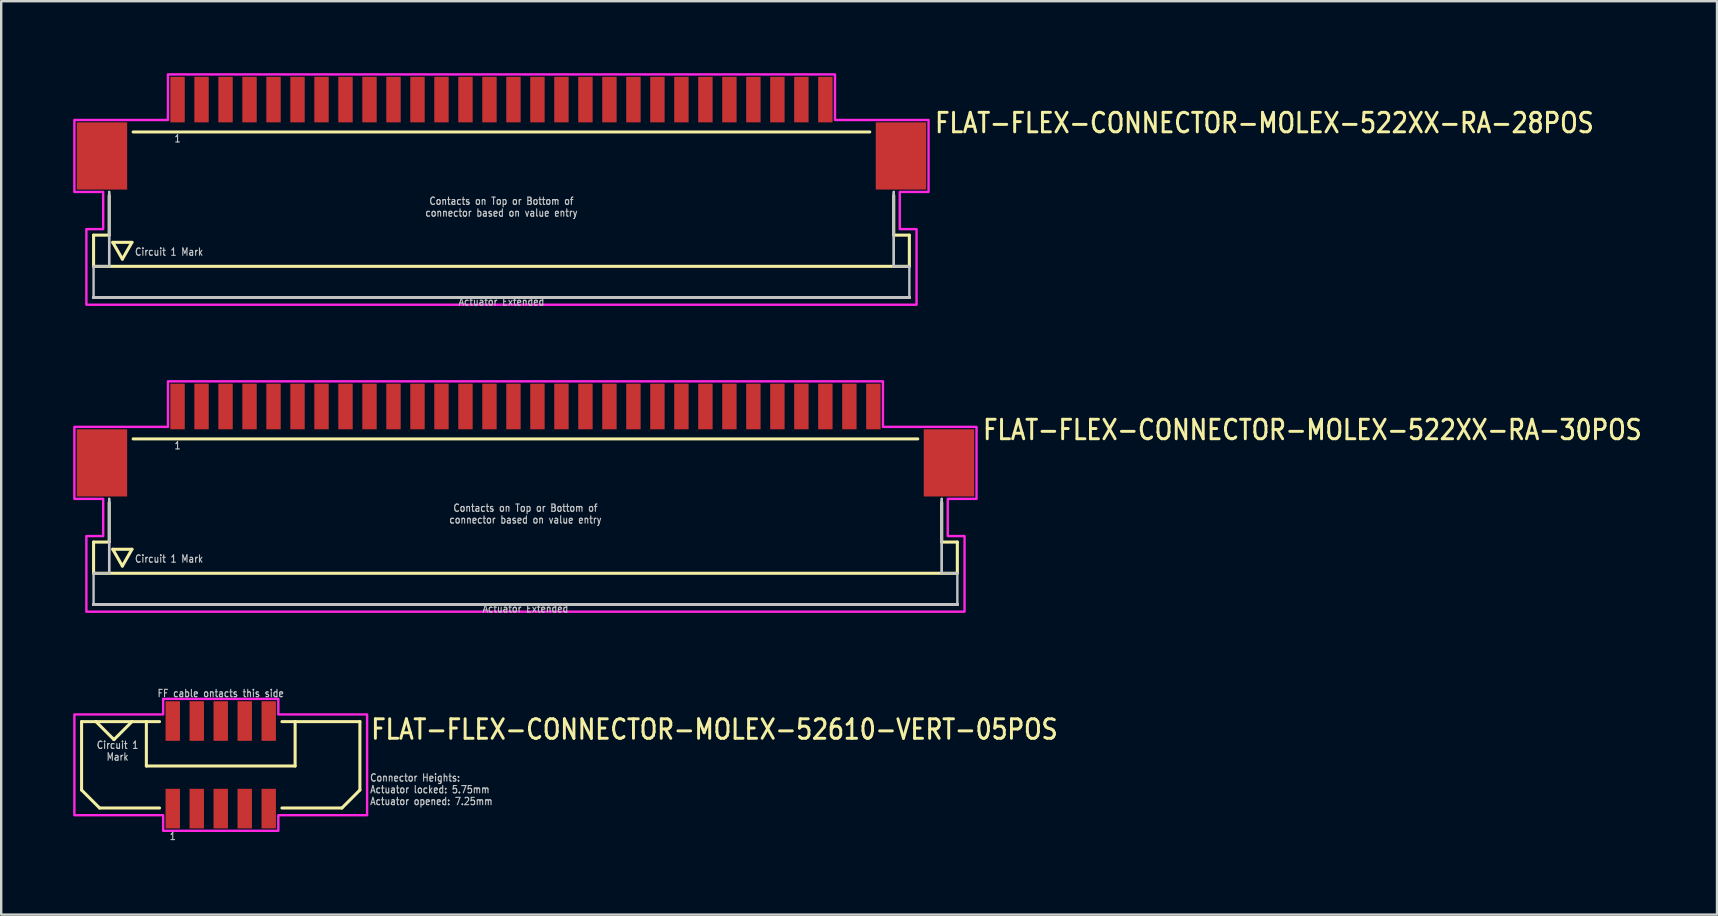
<source format=kicad_pcb>
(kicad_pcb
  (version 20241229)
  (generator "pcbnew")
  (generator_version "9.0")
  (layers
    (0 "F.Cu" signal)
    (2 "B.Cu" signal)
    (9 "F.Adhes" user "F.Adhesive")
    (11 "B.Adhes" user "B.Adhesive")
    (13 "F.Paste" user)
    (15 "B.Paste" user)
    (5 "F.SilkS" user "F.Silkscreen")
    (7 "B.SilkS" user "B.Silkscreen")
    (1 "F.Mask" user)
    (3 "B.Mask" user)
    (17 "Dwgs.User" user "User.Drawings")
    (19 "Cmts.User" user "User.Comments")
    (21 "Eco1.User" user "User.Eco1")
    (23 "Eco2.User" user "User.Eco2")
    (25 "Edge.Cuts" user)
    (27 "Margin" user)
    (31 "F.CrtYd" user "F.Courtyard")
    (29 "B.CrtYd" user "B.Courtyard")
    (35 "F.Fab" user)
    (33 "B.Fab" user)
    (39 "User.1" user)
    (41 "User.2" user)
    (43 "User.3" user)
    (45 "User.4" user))
  (footprint "FLAT-FLEX-CONNECTOR-MOLEX-522XX-RA-30POS"
    (layer "F.Cu")
    (at 18.85 14.842)
    (property "Reference" "FLAT-FLEX-CONNECTOR-MOLEX-522XX-RA-30POS" (at 19 0.5 0) (unlocked yes) (layer "F.SilkS") (effects (font (size 0.813 0.695) (thickness 0.122)) (justify left bottom)))
    (fp_line (start -18 4.7) (end -18 6) (stroke (width 0.127) (type solid)) (layer "F.SilkS"))
    (fp_line (start -18 6) (end 18 6) (stroke (width 0.127) (type solid)) (layer "F.SilkS"))
    (fp_line (start -17.35 3.05) (end -17.35 4.7) (stroke (width 0.127) (type solid)) (layer "F.SilkS"))
    (fp_line (start -17.35 4.7) (end -18 4.7) (stroke (width 0.127) (type solid)) (layer "F.SilkS"))
    (fp_line (start -17.2 5) (end -16.4 5) (stroke (width 0.127) (type solid)) (layer "F.SilkS"))
    (fp_line (start -16.8 5.7) (end -17.2 5) (stroke (width 0.127) (type solid)) (layer "F.SilkS"))
    (fp_line (start -16.4 5) (end -16.8 5.7) (stroke (width 0.127) (type solid)) (layer "F.SilkS"))
    (fp_line (start -16.35 0.4) (end 16.35 0.4) (stroke (width 0.127) (type solid)) (layer "F.SilkS"))
    (fp_line (start 17.35 3.05) (end 17.35 4.7) (stroke (width 0.127) (type solid)) (layer "F.SilkS"))
    (fp_line (start 18 4.7) (end 17.35 4.7) (stroke (width 0.127) (type solid)) (layer "F.SilkS"))
    (fp_line (start 18 6) (end 18 4.7) (stroke (width 0.127) (type solid)) (layer "F.SilkS"))
    (fp_line (start -18 6) (end -18 7.3) (stroke (width 0.1) (type solid)) (layer "Dwgs.User"))
    (fp_line (start -18 7.3) (end 18 7.3) (stroke (width 0.1) (type solid)) (layer "Dwgs.User"))
    (fp_line (start -18 7.3) (end 18 7.3) (stroke (width 0.1) (type solid)) (layer "Dwgs.User"))
    (fp_line (start -18 7.3) (end 18 7.3) (stroke (width 0.1) (type solid)) (layer "Dwgs.User"))
    (fp_line (start -18 7.3) (end 18 7.3) (stroke (width 0.1) (type solid)) (layer "Dwgs.User"))
    (fp_line (start -18 7.3) (end 18 7.3) (stroke (width 0.1) (type solid)) (layer "Dwgs.User"))
    (fp_line (start -18 7.3) (end 18 7.3) (stroke (width 0.1) (type solid)) (layer "Dwgs.User"))
    (fp_line (start -18 7.3) (end 18 7.3) (stroke (width 0.1) (type solid)) (layer "Dwgs.User"))
    (fp_line (start -18 7.3) (end 18 7.3) (stroke (width 0.1) (type solid)) (layer "Dwgs.User"))
    (fp_line (start -18 7.3) (end 18 7.3) (stroke (width 0.1) (type solid)) (layer "Dwgs.User"))
    (fp_line (start -18 7.3) (end 18 7.3) (stroke (width 0.1) (type solid)) (layer "Dwgs.User"))
    (fp_line (start -18 7.3) (end 18 7.3) (stroke (width 0.1) (type solid)) (layer "Dwgs.User"))
    (fp_line (start -18 7.3) (end 18 7.3) (stroke (width 0.1) (type solid)) (layer "Dwgs.User"))
    (fp_line (start -18 7.3) (end 18 7.3) (stroke (width 0.1) (type solid)) (layer "Dwgs.User"))
    (fp_line (start -18 7.3) (end 18 7.3) (stroke (width 0.1) (type solid)) (layer "Dwgs.User"))
    (fp_line (start -18 7.3) (end 18 7.3) (stroke (width 0.1) (type solid)) (layer "Dwgs.User"))
    (fp_line (start -18 7.3) (end 18 7.3) (stroke (width 0.1) (type solid)) (layer "Dwgs.User"))
    (fp_line (start -18 7.3) (end 18 7.3) (stroke (width 0.1) (type solid)) (layer "Dwgs.User"))
    (fp_line (start -18 7.3) (end 18 7.3) (stroke (width 0.1) (type solid)) (layer "Dwgs.User"))
    (fp_line (start -17.35 2.9) (end -17.35 6) (stroke (width 0.1) (type solid)) (layer "Dwgs.User"))
    (fp_line (start -17.35 2.9) (end -17.35 6) (stroke (width 0.1) (type solid)) (layer "Dwgs.User"))
    (fp_line (start -17.35 6) (end -18 6) (stroke (width 0.1) (type solid)) (layer "Dwgs.User"))
    (fp_line (start 17.35 2.9) (end 17.35 6) (stroke (width 0.1) (type solid)) (layer "Dwgs.User"))
    (fp_line (start 17.35 2.9) (end 17.35 6) (stroke (width 0.1) (type solid)) (layer "Dwgs.User"))
    (fp_line (start 18 6) (end 17.35 6) (stroke (width 0.1) (type solid)) (layer "Dwgs.User"))
    (fp_line (start 18 7.3) (end 18 6) (stroke (width 0.1) (type solid)) (layer "Dwgs.User"))
    (fp_poly (pts (xy -18.8 2.9) (xy -18.8 -0.1) (xy -14.9 -0.1) (xy -14.9 -2) (xy 14.9 -2) (xy 14.9 -0.1) (xy 18.8 -0.1) (xy 18.8 2.9) (xy 17.6 2.9) (xy 17.6 4.45) (xy 18.3 4.45) (xy 18.3 7.6) (xy -18.3 7.6) (xy -18.3 4.45) (xy -17.6 4.45) (xy -17.6 2.9)) (stroke (width 0.1) (type solid)) (fill no) (layer "F.CrtYd"))
    (fp_text user "1" (at -14.5 0.5 0) (unlocked yes) (layer "Dwgs.User") (effects (font (size 0.305 0.261) (thickness 0.046)) (justify top)))
    (fp_text user "Contacts on Top or Bottom of\nconnector based on value entry" (at 0 3.95 0) (unlocked yes) (layer "Dwgs.User") (effects (font (size 0.305 0.261) (thickness 0.046)) (justify bottom)))
    (fp_text user "Actuator Extended" (at 0 7.3 0) (unlocked yes) (layer "Dwgs.User") (effects (font (size 0.305 0.261) (thickness 0.046)) (justify top)))
    (fp_text user "Circuit 1 Mark" (at -16.3 5.4 0) (unlocked yes) (layer "Dwgs.User") (effects (font (size 0.305 0.261) (thickness 0.046)) (justify left)))
    (pad "1" smd rect (at -14.5 -0.95) (size 0.6 1.9) (layers "F.Cu" "F.Mask" "F.Paste"))
    (pad "2" smd rect (at -13.5 -0.95) (size 0.6 1.9) (layers "F.Cu" "F.Mask" "F.Paste"))
    (pad "3" smd rect (at -12.5 -0.95) (size 0.6 1.9) (layers "F.Cu" "F.Mask" "F.Paste"))
    (pad "4" smd rect (at -11.5 -0.95) (size 0.6 1.9) (layers "F.Cu" "F.Mask" "F.Paste"))
    (pad "5" smd rect (at -10.5 -0.95) (size 0.6 1.9) (layers "F.Cu" "F.Mask" "F.Paste"))
    (pad "6" smd rect (at -9.5 -0.95) (size 0.6 1.9) (layers "F.Cu" "F.Mask" "F.Paste"))
    (pad "7" smd rect (at -8.5 -0.95) (size 0.6 1.9) (layers "F.Cu" "F.Mask" "F.Paste"))
    (pad "8" smd rect (at -7.5 -0.95) (size 0.6 1.9) (layers "F.Cu" "F.Mask" "F.Paste"))
    (pad "9" smd rect (at -6.5 -0.95) (size 0.6 1.9) (layers "F.Cu" "F.Mask" "F.Paste"))
    (pad "10" smd rect (at -5.5 -0.95) (size 0.6 1.9) (layers "F.Cu" "F.Mask" "F.Paste"))
    (pad "11" smd rect (at -4.5 -0.95) (size 0.6 1.9) (layers "F.Cu" "F.Mask" "F.Paste"))
    (pad "12" smd rect (at -3.5 -0.95) (size 0.6 1.9) (layers "F.Cu" "F.Mask" "F.Paste"))
    (pad "13" smd rect (at -2.5 -0.95) (size 0.6 1.9) (layers "F.Cu" "F.Mask" "F.Paste"))
    (pad "14" smd rect (at -1.5 -0.95) (size 0.6 1.9) (layers "F.Cu" "F.Mask" "F.Paste"))
    (pad "15" smd rect (at -0.5 -0.95) (size 0.6 1.9) (layers "F.Cu" "F.Mask" "F.Paste"))
    (pad "16" smd rect (at 0.5 -0.95) (size 0.6 1.9) (layers "F.Cu" "F.Mask" "F.Paste"))
    (pad "17" smd rect (at 1.5 -0.95) (size 0.6 1.9) (layers "F.Cu" "F.Mask" "F.Paste"))
    (pad "18" smd rect (at 2.5 -0.95) (size 0.6 1.9) (layers "F.Cu" "F.Mask" "F.Paste"))
    (pad "19" smd rect (at 3.5 -0.95) (size 0.6 1.9) (layers "F.Cu" "F.Mask" "F.Paste"))
    (pad "20" smd rect (at 4.5 -0.95) (size 0.6 1.9) (layers "F.Cu" "F.Mask" "F.Paste"))
    (pad "21" smd rect (at 5.5 -0.95) (size 0.6 1.9) (layers "F.Cu" "F.Mask" "F.Paste"))
    (pad "22" smd rect (at 6.5 -0.95) (size 0.6 1.9) (layers "F.Cu" "F.Mask" "F.Paste"))
    (pad "23" smd rect (at 7.5 -0.95) (size 0.6 1.9) (layers "F.Cu" "F.Mask" "F.Paste"))
    (pad "24" smd rect (at 8.5 -0.95) (size 0.6 1.9) (layers "F.Cu" "F.Mask" "F.Paste"))
    (pad "25" smd rect (at 9.5 -0.95) (size 0.6 1.9) (layers "F.Cu" "F.Mask" "F.Paste"))
    (pad "26" smd rect (at 10.5 -0.95) (size 0.6 1.9) (layers "F.Cu" "F.Mask" "F.Paste"))
    (pad "27" smd rect (at 11.5 -0.95) (size 0.6 1.9) (layers "F.Cu" "F.Mask" "F.Paste"))
    (pad "28" smd rect (at 12.5 -0.95) (size 0.6 1.9) (layers "F.Cu" "F.Mask" "F.Paste"))
    (pad "29" smd rect (at 13.5 -0.95) (size 0.6 1.9) (layers "F.Cu" "F.Mask" "F.Paste"))
    (pad "30" smd rect (at 14.5 -0.95) (size 0.6 1.9) (layers "F.Cu" "F.Mask" "F.Paste"))
    (pad "M1" smd rect (at -17.65 1.4) (size 2.1 2.8) (layers "F.Cu" "F.Mask" "F.Paste"))
    (pad "M2" smd rect (at 17.65 1.4) (size 2.1 2.8) (layers "F.Cu" "F.Mask" "F.Paste")))
  (footprint "FLAT-FLEX-CONNECTOR-MOLEX-52610-VERT-05POS"
    (layer "F.Cu")
    (at 6.15 28.826)
    (property "Reference" "FLAT-FLEX-CONNECTOR-MOLEX-52610-VERT-05POS" (at 6.2 -1 0) (unlocked yes) (layer "F.SilkS") (effects (font (size 0.813 0.695) (thickness 0.122)) (justify left bottom)))
    (fp_line (start -5.8 -1.8) (end -5.8 1.05) (stroke (width 0.127) (type solid)) (layer "F.SilkS"))
    (fp_line (start -5.8 1.05) (end -5.05 1.8) (stroke (width 0.127) (type solid)) (layer "F.SilkS"))
    (fp_line (start -5.2 -1.8) (end -5.8 -1.8) (stroke (width 0.127) (type solid)) (layer "F.SilkS"))
    (fp_line (start -5.2 -1.8) (end -4.45 -1.05) (stroke (width 0.127) (type solid)) (layer "F.SilkS"))
    (fp_line (start -5.05 1.8) (end -2.55 1.8) (stroke (width 0.127) (type solid)) (layer "F.SilkS"))
    (fp_line (start -4.45 -1.05) (end -3.7 -1.8) (stroke (width 0.127) (type solid)) (layer "F.SilkS"))
    (fp_line (start -3.7 -1.8) (end -5.2 -1.8) (stroke (width 0.127) (type solid)) (layer "F.SilkS"))
    (fp_line (start -3.1 -1.8) (end -3.7 -1.8) (stroke (width 0.127) (type solid)) (layer "F.SilkS"))
    (fp_line (start -3.1 -1.8) (end -3.1 0.05) (stroke (width 0.127) (type solid)) (layer "F.SilkS"))
    (fp_line (start -3.1 0.05) (end 3.1 0.05) (stroke (width 0.127) (type solid)) (layer "F.SilkS"))
    (fp_line (start -2.55 -1.8) (end -3.1 -1.8) (stroke (width 0.127) (type solid)) (layer "F.SilkS"))
    (fp_line (start 2.55 -1.8) (end 3.1 -1.8) (stroke (width 0.127) (type solid)) (layer "F.SilkS"))
    (fp_line (start 3.1 -1.8) (end 5.8 -1.8) (stroke (width 0.127) (type solid)) (layer "F.SilkS"))
    (fp_line (start 3.1 0.05) (end 3.1 -1.8) (stroke (width 0.127) (type solid)) (layer "F.SilkS"))
    (fp_line (start 5.05 1.8) (end 2.55 1.8) (stroke (width 0.127) (type solid)) (layer "F.SilkS"))
    (fp_line (start 5.8 -1.8) (end 5.8 1.05) (stroke (width 0.127) (type solid)) (layer "F.SilkS"))
    (fp_line (start 5.8 1.05) (end 5.05 1.8) (stroke (width 0.127) (type solid)) (layer "F.SilkS"))
    (fp_poly (pts (xy -6.1 -2.1) (xy -2.4 -2.1) (xy -2.4 -2.75) (xy 2.4 -2.75) (xy 2.4 -2.1) (xy 6.1 -2.1) (xy 6.1 2.1) (xy 2.4 2.1) (xy 2.4 2.75) (xy -2.4 2.75) (xy -2.4 2.1) (xy -6.1 2.1)) (stroke (width 0.1) (type solid)) (fill no) (layer "F.CrtYd"))
    (fp_text user "Circuit 1\nMark" (at -4.3 -1 0) (unlocked yes) (layer "Dwgs.User") (effects (font (size 0.305 0.261) (thickness 0.046)) (justify top)))
    (fp_text user "Connector Heights:\nActuator locked: 5.75mm\nActuator opened: 7.25mm" (at 6.2 1.7 0) (unlocked yes) (layer "Dwgs.User") (effects (font (size 0.305 0.261) (thickness 0.046)) (justify left bottom)))
    (fp_text user "FF cable ontacts this side" (at 0 -2.8 0) (unlocked yes) (layer "Dwgs.User") (effects (font (size 0.305 0.261) (thickness 0.046)) (justify bottom)))
    (fp_text user "1" (at -2 2.8 0) (unlocked yes) (layer "Dwgs.User") (effects (font (size 0.305 0.261) (thickness 0.046)) (justify top)))
    (pad "PC1" smd rect (at -2 -1.825) (size 0.6 1.65) (layers "F.Cu" "F.Mask" "F.Paste"))
    (pad "PC2" smd rect (at -1 -1.825) (size 0.6 1.65) (layers "F.Cu" "F.Mask" "F.Paste"))
    (pad "PC3" smd rect (at 0 -1.825) (size 0.6 1.65) (layers "F.Cu" "F.Mask" "F.Paste"))
    (pad "PC4" smd rect (at 1 -1.825) (size 0.6 1.65) (layers "F.Cu" "F.Mask" "F.Paste"))
    (pad "PC5" smd rect (at 2 -1.825) (size 0.6 1.65) (layers "F.Cu" "F.Mask" "F.Paste"))
    (pad "PS1" smd rect (at -2 1.825) (size 0.6 1.65) (layers "F.Cu" "F.Mask" "F.Paste"))
    (pad "PS2" smd rect (at -1 1.825) (size 0.6 1.65) (layers "F.Cu" "F.Mask" "F.Paste"))
    (pad "PS3" smd rect (at 0 1.825) (size 0.6 1.65) (layers "F.Cu" "F.Mask" "F.Paste"))
    (pad "PS4" smd rect (at 1 1.825) (size 0.6 1.65) (layers "F.Cu" "F.Mask" "F.Paste"))
    (pad "PS5" smd rect (at 2 1.825) (size 0.6 1.65) (layers "F.Cu" "F.Mask" "F.Paste")))
  (footprint "FLAT-FLEX-CONNECTOR-MOLEX-522XX-RA-28POS"
    (layer "F.Cu")
    (at 17.85 2.05)
    (property "Reference" "FLAT-FLEX-CONNECTOR-MOLEX-522XX-RA-28POS" (at 18 0.5 0) (unlocked yes) (layer "F.SilkS") (effects (font (size 0.813 0.695) (thickness 0.122)) (justify left bottom)))
    (fp_line (start -17 4.7) (end -17 6) (stroke (width 0.127) (type solid)) (layer "F.SilkS"))
    (fp_line (start -17 6) (end 17 6) (stroke (width 0.127) (type solid)) (layer "F.SilkS"))
    (fp_line (start -16.35 3.05) (end -16.35 4.7) (stroke (width 0.127) (type solid)) (layer "F.SilkS"))
    (fp_line (start -16.35 4.7) (end -17 4.7) (stroke (width 0.127) (type solid)) (layer "F.SilkS"))
    (fp_line (start -16.2 5) (end -15.4 5) (stroke (width 0.127) (type solid)) (layer "F.SilkS"))
    (fp_line (start -15.8 5.7) (end -16.2 5) (stroke (width 0.127) (type solid)) (layer "F.SilkS"))
    (fp_line (start -15.4 5) (end -15.8 5.7) (stroke (width 0.127) (type solid)) (layer "F.SilkS"))
    (fp_line (start -15.35 0.4) (end 15.35 0.4) (stroke (width 0.127) (type solid)) (layer "F.SilkS"))
    (fp_line (start 16.35 3.05) (end 16.35 4.7) (stroke (width 0.127) (type solid)) (layer "F.SilkS"))
    (fp_line (start 17 4.7) (end 16.35 4.7) (stroke (width 0.127) (type solid)) (layer "F.SilkS"))
    (fp_line (start 17 6) (end 17 4.7) (stroke (width 0.127) (type solid)) (layer "F.SilkS"))
    (fp_line (start -17 6) (end -17 7.3) (stroke (width 0.1) (type solid)) (layer "Dwgs.User"))
    (fp_line (start -17 7.3) (end 17 7.3) (stroke (width 0.1) (type solid)) (layer "Dwgs.User"))
    (fp_line (start -17 7.3) (end 17 7.3) (stroke (width 0.1) (type solid)) (layer "Dwgs.User"))
    (fp_line (start -17 7.3) (end 17 7.3) (stroke (width 0.1) (type solid)) (layer "Dwgs.User"))
    (fp_line (start -17 7.3) (end 17 7.3) (stroke (width 0.1) (type solid)) (layer "Dwgs.User"))
    (fp_line (start -17 7.3) (end 17 7.3) (stroke (width 0.1) (type solid)) (layer "Dwgs.User"))
    (fp_line (start -17 7.3) (end 17 7.3) (stroke (width 0.1) (type solid)) (layer "Dwgs.User"))
    (fp_line (start -17 7.3) (end 17 7.3) (stroke (width 0.1) (type solid)) (layer "Dwgs.User"))
    (fp_line (start -17 7.3) (end 17 7.3) (stroke (width 0.1) (type solid)) (layer "Dwgs.User"))
    (fp_line (start -17 7.3) (end 17 7.3) (stroke (width 0.1) (type solid)) (layer "Dwgs.User"))
    (fp_line (start -17 7.3) (end 17 7.3) (stroke (width 0.1) (type solid)) (layer "Dwgs.User"))
    (fp_line (start -17 7.3) (end 17 7.3) (stroke (width 0.1) (type solid)) (layer "Dwgs.User"))
    (fp_line (start -17 7.3) (end 17 7.3) (stroke (width 0.1) (type solid)) (layer "Dwgs.User"))
    (fp_line (start -17 7.3) (end 17 7.3) (stroke (width 0.1) (type solid)) (layer "Dwgs.User"))
    (fp_line (start -17 7.3) (end 17 7.3) (stroke (width 0.1) (type solid)) (layer "Dwgs.User"))
    (fp_line (start -17 7.3) (end 17 7.3) (stroke (width 0.1) (type solid)) (layer "Dwgs.User"))
    (fp_line (start -17 7.3) (end 17 7.3) (stroke (width 0.1) (type solid)) (layer "Dwgs.User"))
    (fp_line (start -17 7.3) (end 17 7.3) (stroke (width 0.1) (type solid)) (layer "Dwgs.User"))
    (fp_line (start -16.35 2.9) (end -16.35 6) (stroke (width 0.1) (type solid)) (layer "Dwgs.User"))
    (fp_line (start -16.35 2.9) (end -16.35 6) (stroke (width 0.1) (type solid)) (layer "Dwgs.User"))
    (fp_line (start -16.35 6) (end -17 6) (stroke (width 0.1) (type solid)) (layer "Dwgs.User"))
    (fp_line (start 16.35 2.9) (end 16.35 6) (stroke (width 0.1) (type solid)) (layer "Dwgs.User"))
    (fp_line (start 16.35 2.9) (end 16.35 6) (stroke (width 0.1) (type solid)) (layer "Dwgs.User"))
    (fp_line (start 17 6) (end 16.35 6) (stroke (width 0.1) (type solid)) (layer "Dwgs.User"))
    (fp_line (start 17 7.3) (end 17 6) (stroke (width 0.1) (type solid)) (layer "Dwgs.User"))
    (fp_poly (pts (xy -17.8 2.9) (xy -17.8 -0.1) (xy -13.9 -0.1) (xy -13.9 -2) (xy 13.9 -2) (xy 13.9 -0.1) (xy 17.8 -0.1) (xy 17.8 2.9) (xy 16.6 2.9) (xy 16.6 4.45) (xy 17.3 4.45) (xy 17.3 7.6) (xy -17.3 7.6) (xy -17.3 4.45) (xy -16.6 4.45) (xy -16.6 2.9)) (stroke (width 0.1) (type solid)) (fill no) (layer "F.CrtYd"))
    (fp_text user "Contacts on Top or Bottom of\nconnector based on value entry" (at 0 3.95 0) (unlocked yes) (layer "Dwgs.User") (effects (font (size 0.305 0.261) (thickness 0.046)) (justify bottom)))
    (fp_text user "Actuator Extended" (at 0 7.3 0) (unlocked yes) (layer "Dwgs.User") (effects (font (size 0.305 0.261) (thickness 0.046)) (justify top)))
    (fp_text user "Circuit 1 Mark" (at -15.3 5.4 0) (unlocked yes) (layer "Dwgs.User") (effects (font (size 0.305 0.261) (thickness 0.046)) (justify left)))
    (fp_text user "1" (at -13.5 0.5 0) (unlocked yes) (layer "Dwgs.User") (effects (font (size 0.305 0.261) (thickness 0.046)) (justify top)))
    (pad "1" smd rect (at -13.5 -0.95) (size 0.6 1.9) (layers "F.Cu" "F.Mask" "F.Paste"))
    (pad "2" smd rect (at -12.5 -0.95) (size 0.6 1.9) (layers "F.Cu" "F.Mask" "F.Paste"))
    (pad "3" smd rect (at -11.5 -0.95) (size 0.6 1.9) (layers "F.Cu" "F.Mask" "F.Paste"))
    (pad "4" smd rect (at -10.5 -0.95) (size 0.6 1.9) (layers "F.Cu" "F.Mask" "F.Paste"))
    (pad "5" smd rect (at -9.5 -0.95) (size 0.6 1.9) (layers "F.Cu" "F.Mask" "F.Paste"))
    (pad "6" smd rect (at -8.5 -0.95) (size 0.6 1.9) (layers "F.Cu" "F.Mask" "F.Paste"))
    (pad "7" smd rect (at -7.5 -0.95) (size 0.6 1.9) (layers "F.Cu" "F.Mask" "F.Paste"))
    (pad "8" smd rect (at -6.5 -0.95) (size 0.6 1.9) (layers "F.Cu" "F.Mask" "F.Paste"))
    (pad "9" smd rect (at -5.5 -0.95) (size 0.6 1.9) (layers "F.Cu" "F.Mask" "F.Paste"))
    (pad "10" smd rect (at -4.5 -0.95) (size 0.6 1.9) (layers "F.Cu" "F.Mask" "F.Paste"))
    (pad "11" smd rect (at -3.5 -0.95) (size 0.6 1.9) (layers "F.Cu" "F.Mask" "F.Paste"))
    (pad "12" smd rect (at -2.5 -0.95) (size 0.6 1.9) (layers "F.Cu" "F.Mask" "F.Paste"))
    (pad "13" smd rect (at -1.5 -0.95) (size 0.6 1.9) (layers "F.Cu" "F.Mask" "F.Paste"))
    (pad "14" smd rect (at -0.5 -0.95) (size 0.6 1.9) (layers "F.Cu" "F.Mask" "F.Paste"))
    (pad "15" smd rect (at 0.5 -0.95) (size 0.6 1.9) (layers "F.Cu" "F.Mask" "F.Paste"))
    (pad "16" smd rect (at 1.5 -0.95) (size 0.6 1.9) (layers "F.Cu" "F.Mask" "F.Paste"))
    (pad "17" smd rect (at 2.5 -0.95) (size 0.6 1.9) (layers "F.Cu" "F.Mask" "F.Paste"))
    (pad "18" smd rect (at 3.5 -0.95) (size 0.6 1.9) (layers "F.Cu" "F.Mask" "F.Paste"))
    (pad "19" smd rect (at 4.5 -0.95) (size 0.6 1.9) (layers "F.Cu" "F.Mask" "F.Paste"))
    (pad "20" smd rect (at 5.5 -0.95) (size 0.6 1.9) (layers "F.Cu" "F.Mask" "F.Paste"))
    (pad "21" smd rect (at 6.5 -0.95) (size 0.6 1.9) (layers "F.Cu" "F.Mask" "F.Paste"))
    (pad "22" smd rect (at 7.5 -0.95) (size 0.6 1.9) (layers "F.Cu" "F.Mask" "F.Paste"))
    (pad "23" smd rect (at 8.5 -0.95) (size 0.6 1.9) (layers "F.Cu" "F.Mask" "F.Paste"))
    (pad "24" smd rect (at 9.5 -0.95) (size 0.6 1.9) (layers "F.Cu" "F.Mask" "F.Paste"))
    (pad "25" smd rect (at 10.5 -0.95) (size 0.6 1.9) (layers "F.Cu" "F.Mask" "F.Paste"))
    (pad "26" smd rect (at 11.5 -0.95) (size 0.6 1.9) (layers "F.Cu" "F.Mask" "F.Paste"))
    (pad "27" smd rect (at 12.5 -0.95) (size 0.6 1.9) (layers "F.Cu" "F.Mask" "F.Paste"))
    (pad "28" smd rect (at 13.5 -0.95) (size 0.6 1.9) (layers "F.Cu" "F.Mask" "F.Paste"))
    (pad "M1" smd rect (at -16.65 1.4) (size 2.1 2.8) (layers "F.Cu" "F.Mask" "F.Paste"))
    (pad "M2" smd rect (at 16.65 1.4) (size 2.1 2.8) (layers "F.Cu" "F.Mask" "F.Paste")))
  (gr_rect
    (start -3 -3)
    (end 68.511 35.068)
    (stroke (width 0.1) (type default))
    (fill no)
    (layer "Edge.Cuts")))
</source>
